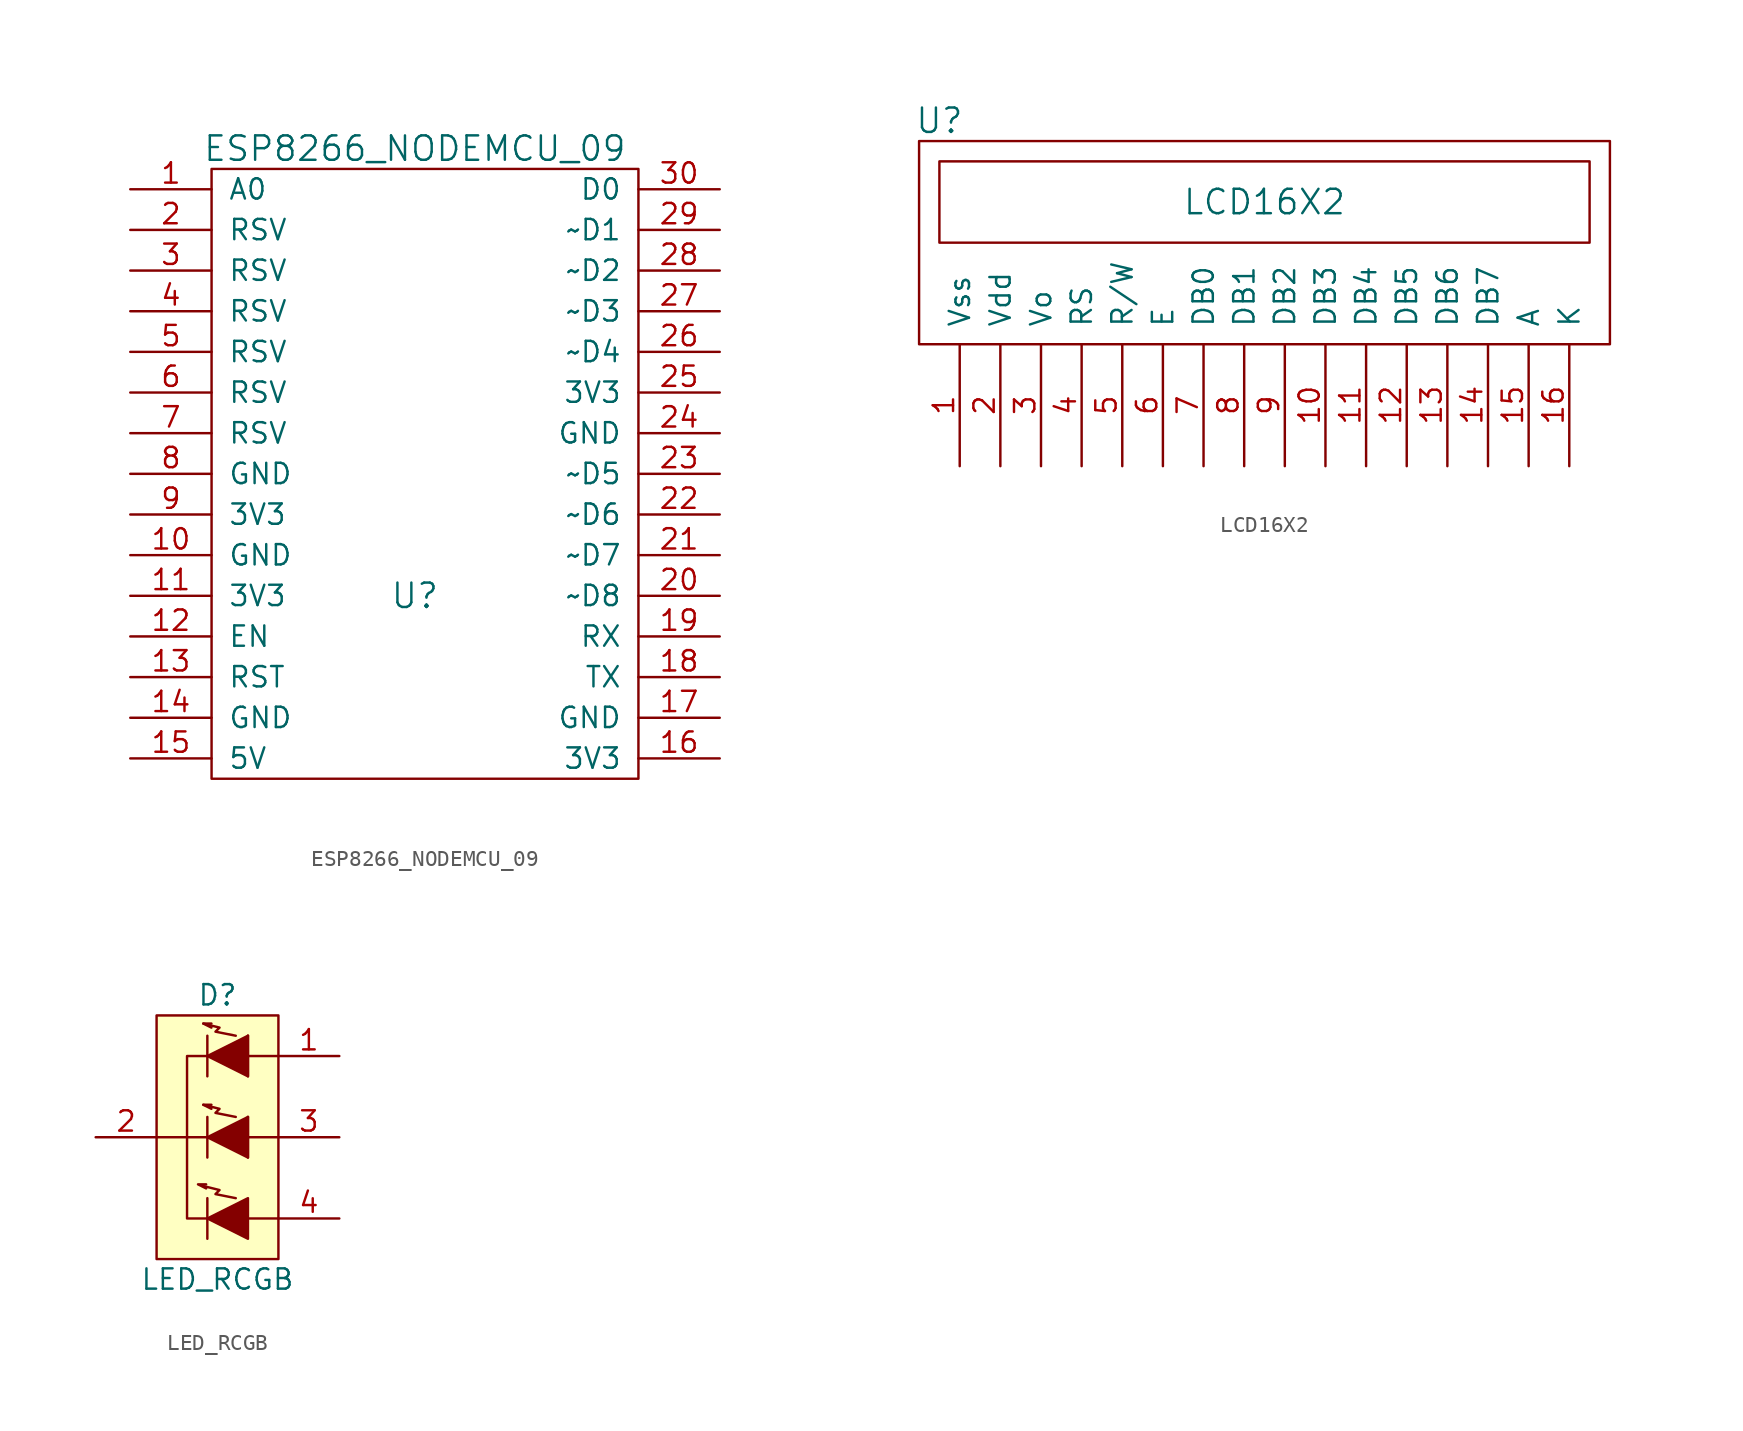
<source format=kicad_sym>
(kicad_symbol_lib
  (version 20231120)
  (generator "kicad_symbol_editor")
  (generator_version "8.0")
  (symbol "ESP8266_NODEMCU_09"
    (pin_names
      (offset 1.016))
    (property "Reference" "U"
      (at 0 0 0)
      (effects (font (size 1.524 1.524))))
    (property "Value" "ESP8266_NODEMCU_09"
      (at 0 27.94 0)
      (effects (font (size 1.524 1.524))))
    (property "Footprint" ""
      (at 0 0 0)
      (effects (font (size 1.524 1.524))))
    (property "Datasheet" ""
      (at 0 0 0)
      (effects (font (size 1.524 1.524))))
    (symbol "ESP8266_NODEMCU_09_0_1"
      (rectangle (start -12.7 -11.43) (end 13.97 26.67) (stroke (width 0) (type solid)) (fill (type none))))
    (symbol "ESP8266_NODEMCU_09_1_1"
      (pin input line (at -17.78 25.4 0) (length 5.08) (name "A0" (effects (font (size 1.27 1.27)))) (number "1" (effects (font (size 1.27 1.27)))))
      (pin input line (at -17.78 2.54 0) (length 5.08) (name "GND" (effects (font (size 1.27 1.27)))) (number "10" (effects (font (size 1.27 1.27)))))
      (pin input line (at -17.78 0 0) (length 5.08) (name "3V3" (effects (font (size 1.27 1.27)))) (number "11" (effects (font (size 1.27 1.27)))))
      (pin input line (at -17.78 -2.54 0) (length 5.08) (name "EN" (effects (font (size 1.27 1.27)))) (number "12" (effects (font (size 1.27 1.27)))))
      (pin input line (at -17.78 -5.08 0) (length 5.08) (name "RST" (effects (font (size 1.27 1.27)))) (number "13" (effects (font (size 1.27 1.27)))))
      (pin input line (at -17.78 -7.62 0) (length 5.08) (name "GND" (effects (font (size 1.27 1.27)))) (number "14" (effects (font (size 1.27 1.27)))))
      (pin input line (at -17.78 -10.16 0) (length 5.08) (name "5V" (effects (font (size 1.27 1.27)))) (number "15" (effects (font (size 1.27 1.27)))))
      (pin input line (at 19.05 -10.16 180) (length 5.08) (name "3V3" (effects (font (size 1.27 1.27)))) (number "16" (effects (font (size 1.27 1.27)))))
      (pin input line (at 19.05 -7.62 180) (length 5.08) (name "GND" (effects (font (size 1.27 1.27)))) (number "17" (effects (font (size 1.27 1.27)))))
      (pin input line (at 19.05 -5.08 180) (length 5.08) (name "TX" (effects (font (size 1.27 1.27)))) (number "18" (effects (font (size 1.27 1.27)))))
      (pin input line (at 19.05 -2.54 180) (length 5.08) (name "RX" (effects (font (size 1.27 1.27)))) (number "19" (effects (font (size 1.27 1.27)))))
      (pin input line (at -17.78 22.86 0) (length 5.08) (name "RSV" (effects (font (size 1.27 1.27)))) (number "2" (effects (font (size 1.27 1.27)))))
      (pin input line (at 19.05 0 180) (length 5.08) (name "~D8" (effects (font (size 1.27 1.27)))) (number "20" (effects (font (size 1.27 1.27)))))
      (pin input line (at 19.05 2.54 180) (length 5.08) (name "~D7" (effects (font (size 1.27 1.27)))) (number "21" (effects (font (size 1.27 1.27)))))
      (pin input line (at 19.05 5.08 180) (length 5.08) (name "~D6" (effects (font (size 1.27 1.27)))) (number "22" (effects (font (size 1.27 1.27)))))
      (pin input line (at 19.05 7.62 180) (length 5.08) (name "~D5" (effects (font (size 1.27 1.27)))) (number "23" (effects (font (size 1.27 1.27)))))
      (pin input line (at 19.05 10.16 180) (length 5.08) (name "GND" (effects (font (size 1.27 1.27)))) (number "24" (effects (font (size 1.27 1.27)))))
      (pin input line (at 19.05 12.7 180) (length 5.08) (name "3V3" (effects (font (size 1.27 1.27)))) (number "25" (effects (font (size 1.27 1.27)))))
      (pin input line (at 19.05 15.24 180) (length 5.08) (name "~D4" (effects (font (size 1.27 1.27)))) (number "26" (effects (font (size 1.27 1.27)))))
      (pin input line (at 19.05 17.78 180) (length 5.08) (name "~D3" (effects (font (size 1.27 1.27)))) (number "27" (effects (font (size 1.27 1.27)))))
      (pin input line (at 19.05 20.32 180) (length 5.08) (name "~D2" (effects (font (size 1.27 1.27)))) (number "28" (effects (font (size 1.27 1.27)))))
      (pin input line (at 19.05 22.86 180) (length 5.08) (name "~D1" (effects (font (size 1.27 1.27)))) (number "29" (effects (font (size 1.27 1.27)))))
      (pin input line (at -17.78 20.32 0) (length 5.08) (name "RSV" (effects (font (size 1.27 1.27)))) (number "3" (effects (font (size 1.27 1.27)))))
      (pin input line (at 19.05 25.4 180) (length 5.08) (name "D0" (effects (font (size 1.27 1.27)))) (number "30" (effects (font (size 1.27 1.27)))))
      (pin input line (at -17.78 17.78 0) (length 5.08) (name "RSV" (effects (font (size 1.27 1.27)))) (number "4" (effects (font (size 1.27 1.27)))))
      (pin input line (at -17.78 15.24 0) (length 5.08) (name "RSV" (effects (font (size 1.27 1.27)))) (number "5" (effects (font (size 1.27 1.27)))))
      (pin input line (at -17.78 12.7 0) (length 5.08) (name "RSV" (effects (font (size 1.27 1.27)))) (number "6" (effects (font (size 1.27 1.27)))))
      (pin input line (at -17.78 10.16 0) (length 5.08) (name "RSV" (effects (font (size 1.27 1.27)))) (number "7" (effects (font (size 1.27 1.27)))))
      (pin input line (at -17.78 7.62 0) (length 5.08) (name "GND" (effects (font (size 1.27 1.27)))) (number "8" (effects (font (size 1.27 1.27)))))
      (pin input line (at -17.78 5.08 0) (length 5.08) (name "3V3" (effects (font (size 1.27 1.27)))) (number "9" (effects (font (size 1.27 1.27)))))))
  (symbol "LCD16X2"
    (pin_names
      (offset 1.016))
    (property "Reference" "U"
      (at -20.32 8.89 0)
      (effects (font (size 1.524 1.524))))
    (property "Value" "LCD16X2"
      (at 0 3.81 0)
      (effects (font (size 1.524 1.524))))
    (property "Footprint" ""
      (at -5.08 0 0)
      (effects (font (size 1.524 1.524))))
    (property "Datasheet" ""
      (at -5.08 0 0)
      (effects (font (size 1.524 1.524))))
    (symbol "LCD16X2_0_1"
      (rectangle (start -20.32 1.27) (end 20.32 6.35) (stroke (width 0) (type solid)) (fill (type none)))
      (rectangle (start 21.59 -5.08) (end -21.59 7.62) (stroke (width 0) (type solid)) (fill (type none))))
    (symbol "LCD16X2_1_1"
      (pin power_in line (at -19.05 -12.7 90) (length 7.62) (name "Vss" (effects (font (size 1.27 1.27)))) (number "1" (effects (font (size 1.27 1.27)))))
      (pin input line (at 3.81 -12.7 90) (length 7.62) (name "DB3" (effects (font (size 1.27 1.27)))) (number "10" (effects (font (size 1.27 1.27)))))
      (pin input line (at 6.35 -12.7 90) (length 7.62) (name "DB4" (effects (font (size 1.27 1.27)))) (number "11" (effects (font (size 1.27 1.27)))))
      (pin input line (at 8.89 -12.7 90) (length 7.62) (name "DB5" (effects (font (size 1.27 1.27)))) (number "12" (effects (font (size 1.27 1.27)))))
      (pin input line (at 11.43 -12.7 90) (length 7.62) (name "DB6" (effects (font (size 1.27 1.27)))) (number "13" (effects (font (size 1.27 1.27)))))
      (pin input line (at 13.97 -12.7 90) (length 7.62) (name "DB7" (effects (font (size 1.27 1.27)))) (number "14" (effects (font (size 1.27 1.27)))))
      (pin input line (at 16.51 -12.7 90) (length 7.62) (name "A" (effects (font (size 1.27 1.27)))) (number "15" (effects (font (size 1.27 1.27)))))
      (pin input line (at 19.05 -12.7 90) (length 7.62) (name "K" (effects (font (size 1.27 1.27)))) (number "16" (effects (font (size 1.27 1.27)))))
      (pin power_in line (at -16.51 -12.7 90) (length 7.62) (name "Vdd" (effects (font (size 1.27 1.27)))) (number "2" (effects (font (size 1.27 1.27)))))
      (pin input line (at -13.97 -12.7 90) (length 7.62) (name "Vo" (effects (font (size 1.27 1.27)))) (number "3" (effects (font (size 1.27 1.27)))))
      (pin input line (at -11.43 -12.7 90) (length 7.62) (name "RS" (effects (font (size 1.27 1.27)))) (number "4" (effects (font (size 1.27 1.27)))))
      (pin input line (at -8.89 -12.7 90) (length 7.62) (name "R/W" (effects (font (size 1.27 1.27)))) (number "5" (effects (font (size 1.27 1.27)))))
      (pin input line (at -6.35 -12.7 90) (length 7.62) (name "E" (effects (font (size 1.27 1.27)))) (number "6" (effects (font (size 1.27 1.27)))))
      (pin input line (at -3.81 -12.7 90) (length 7.62) (name "DB0" (effects (font (size 1.27 1.27)))) (number "7" (effects (font (size 1.27 1.27)))))
      (pin input line (at -1.27 -12.7 90) (length 7.62) (name "DB1" (effects (font (size 1.27 1.27)))) (number "8" (effects (font (size 1.27 1.27)))))
      (pin input line (at 1.27 -12.7 90) (length 7.62) (name "DB2" (effects (font (size 1.27 1.27)))) (number "9" (effects (font (size 1.27 1.27)))))))
  (symbol "LED_RCGB"
    (pin_names
      (offset 1.27) hide)
    (property "Reference" "D"
      (at 0 8.89 0)
      (effects (font (size 1.27 1.27))))
    (property "Value" "LED_RCGB"
      (at 0 -8.89 0)
      (effects (font (size 1.27 1.27))))
    (property "Footprint" ""
      (at 0 -1.27 0)
      (effects (font (size 1.27 1.27))))
    (property "Datasheet" ""
      (at 0 -1.27 0)
      (effects (font (size 1.27 1.27))))
    (symbol "LED_RCGB_0_1"
      (polyline (pts (xy -0.635 -3.81) (xy -0.635 -6.35)) (stroke (width 0) (type solid)) (fill (type none)))
      (polyline (pts (xy -0.635 0) (xy -3.81 0)) (stroke (width 0) (type solid)) (fill (type none)))
      (polyline (pts (xy 1.905 -5.08) (xy 3.81 -5.08)) (stroke (width 0) (type solid)) (fill (type none)))
      (polyline (pts (xy 1.905 0) (xy 3.81 0)) (stroke (width 0) (type solid)) (fill (type none)))
      (polyline (pts (xy 1.905 5.08) (xy 3.81 5.08)) (stroke (width 0) (type solid)) (fill (type none)))
      (polyline (pts (xy -0.635 1.27) (xy -0.635 -1.27) (xy -0.635 -1.27)) (stroke (width 0) (type solid)) (fill (type none)))
      (polyline (pts (xy -0.635 6.35) (xy -0.635 3.81) (xy -0.635 3.81)) (stroke (width 0) (type solid)) (fill (type none)))
      (polyline (pts (xy -0.711 -2.946) (xy -1.219 -2.946) (xy -0.711 -3.2) (xy -0.711 -3.2)) (stroke (width 0) (type solid)) (fill (type none)))
      (polyline (pts (xy -0.635 5.08) (xy -1.905 5.08) (xy -1.905 -5.08) (xy -0.635 -5.08)) (stroke (width 0) (type solid)) (fill (type none)))
      (polyline (pts (xy -0.381 2.032) (xy -0.889 2.032) (xy -0.381 1.778) (xy -0.381 1.778)) (stroke (width 0) (type solid)) (fill (type none)))
      (polyline (pts (xy -0.381 7.112) (xy -0.889 7.112) (xy -0.381 6.858) (xy -0.381 6.858)) (stroke (width 0) (type solid)) (fill (type none)))
      (polyline (pts (xy 1.143 -3.81) (xy -0.127 -3.556) (xy 0.127 -3.302) (xy -0.889 -3.048) (xy -0.889 -3.048)) (stroke (width 0) (type solid)) (fill (type none)))
      (polyline (pts (xy 1.905 -3.81) (xy 1.905 -6.35) (xy -0.635 -5.08) (xy 1.905 -3.81) (xy 1.905 -3.81)) (stroke (width 0) (type solid)) (fill (type outline)))
      (polyline (pts (xy 1.143 1.27) (xy -0.127 1.524) (xy 0.127 1.778) (xy -0.889 2.032) (xy -0.889 2.032) (xy -0.889 2.032)) (stroke (width 0) (type solid)) (fill (type none)))
      (polyline (pts (xy 1.143 6.35) (xy -0.127 6.604) (xy 0.127 6.858) (xy -0.889 7.112) (xy -0.889 7.112) (xy -0.889 7.112)) (stroke (width 0) (type solid)) (fill (type none)))
      (polyline (pts (xy 1.905 1.27) (xy 1.905 -1.27) (xy -0.635 0) (xy 1.905 1.27) (xy 1.905 1.27) (xy 1.905 1.27)) (stroke (width 0) (type solid)) (fill (type outline)))
      (polyline (pts (xy 1.905 6.35) (xy 1.905 3.81) (xy -0.635 5.08) (xy 1.905 6.35) (xy 1.905 6.35) (xy 1.905 6.35)) (stroke (width 0) (type solid)) (fill (type outline)))
      (rectangle (start 1.905 -1.27) (end 1.905 1.27) (stroke (width 0) (type solid)) (fill (type none)))
      (rectangle (start 1.905 1.27) (end 1.905 1.27) (stroke (width 0) (type solid)) (fill (type none)))
      (rectangle (start 1.905 3.81) (end 1.905 6.35) (stroke (width 0) (type solid)) (fill (type none)))
      (rectangle (start 1.905 6.35) (end 1.905 6.35) (stroke (width 0) (type solid)) (fill (type none)))
      (rectangle (start 3.81 7.62) (end -3.81 -7.62) (stroke (width 0) (type solid)) (fill (type background))))
    (symbol "LED_RCGB_1_1"
      (pin passive line (at 7.62 5.08 180) (length 3.81) (name "RED_ANODE" (effects (font (size 1.27 1.27)))) (number "1" (effects (font (size 1.27 1.27)))))
      (pin passive line (at -7.62 0 0) (length 3.81) (name "COMMON_CATHODE" (effects (font (size 1.27 1.27)))) (number "2" (effects (font (size 1.27 1.27)))))
      (pin passive line (at 7.62 0 180) (length 3.81) (name "BLUE_ANODE" (effects (font (size 1.27 1.27)))) (number "3" (effects (font (size 1.27 1.27)))))
      (pin passive line (at 7.62 -5.08 180) (length 3.81) (name "GREEN_ANODE" (effects (font (size 1.27 1.27)))) (number "4" (effects (font (size 1.27 1.27))))))))
</source>
